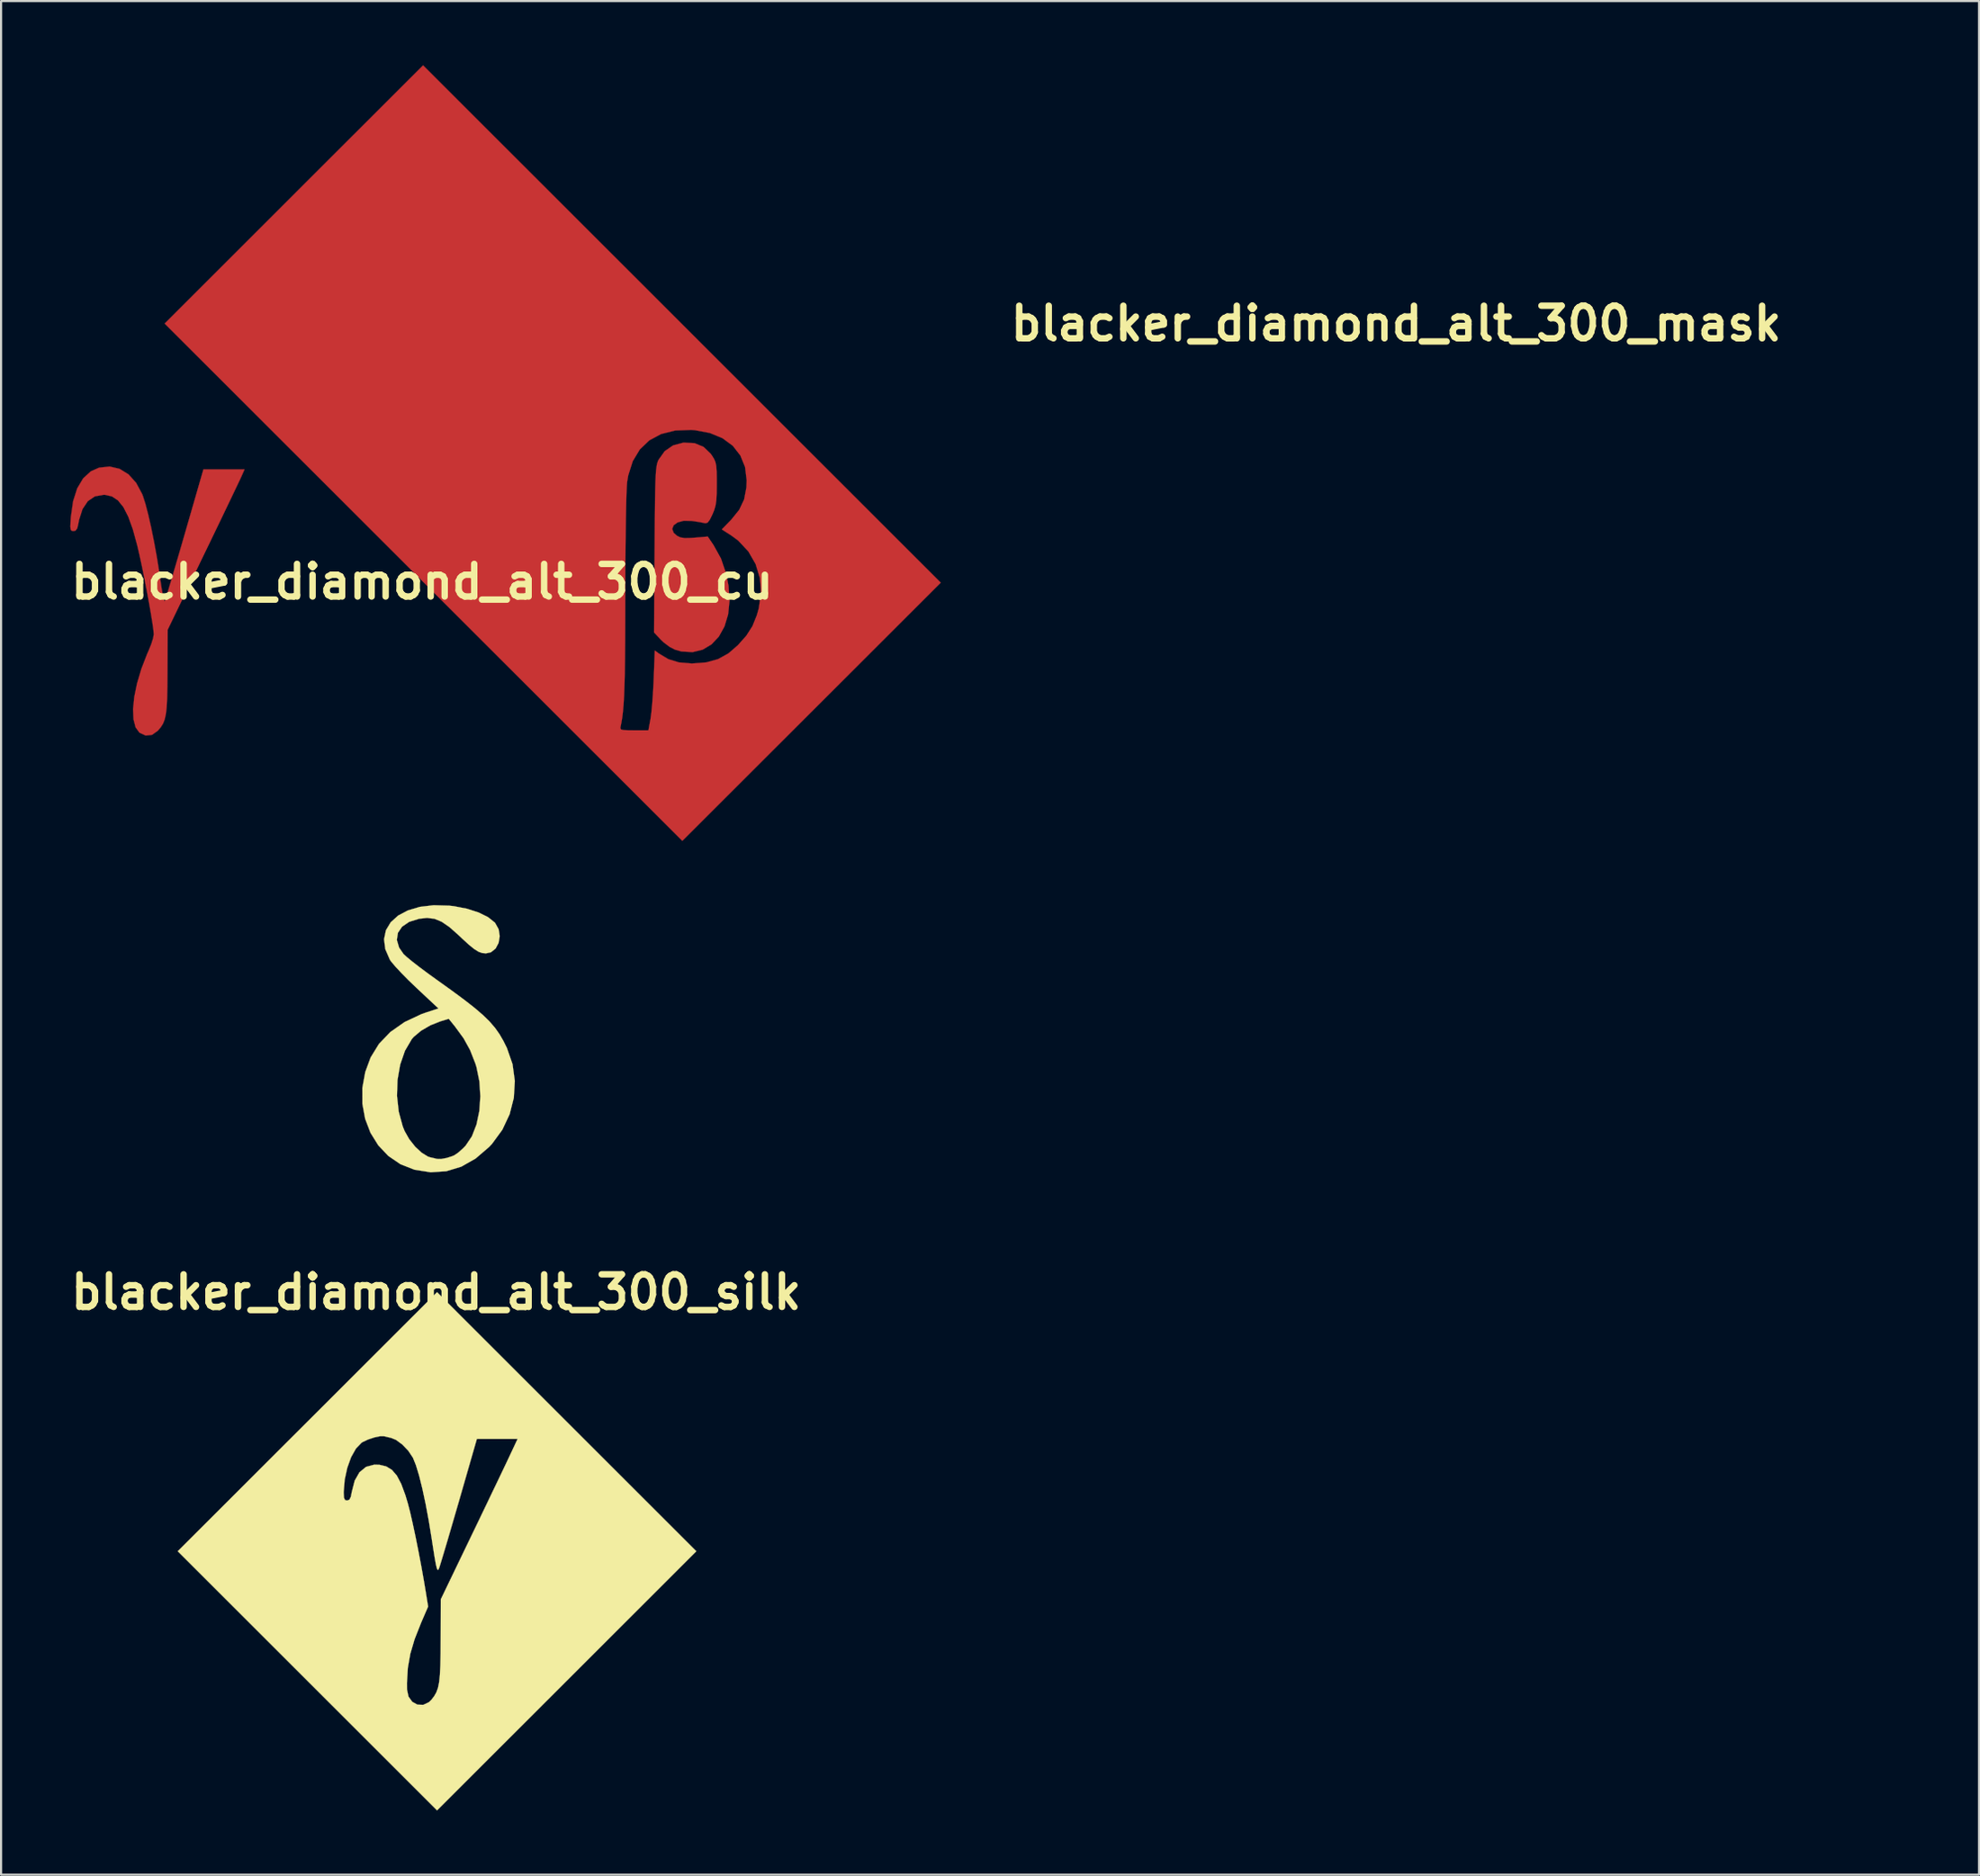
<source format=kicad_pcb>
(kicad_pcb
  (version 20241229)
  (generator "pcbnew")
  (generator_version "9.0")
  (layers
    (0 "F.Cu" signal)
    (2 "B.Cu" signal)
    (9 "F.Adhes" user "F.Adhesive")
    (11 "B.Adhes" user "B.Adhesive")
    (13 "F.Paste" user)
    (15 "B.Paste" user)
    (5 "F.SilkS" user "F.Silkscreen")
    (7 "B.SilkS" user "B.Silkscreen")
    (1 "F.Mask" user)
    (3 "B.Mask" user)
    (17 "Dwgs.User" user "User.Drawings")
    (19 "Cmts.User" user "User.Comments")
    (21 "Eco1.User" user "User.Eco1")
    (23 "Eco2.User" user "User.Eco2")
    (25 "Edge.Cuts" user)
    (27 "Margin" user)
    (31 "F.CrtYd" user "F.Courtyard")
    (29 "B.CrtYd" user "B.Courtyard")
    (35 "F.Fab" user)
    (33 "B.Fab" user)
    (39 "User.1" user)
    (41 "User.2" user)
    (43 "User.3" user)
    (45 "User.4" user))
  (footprint "blacker_diamond_alt_300_silk"
    (layer "F.Cu")
    (at 17.316 57.333)
    (property "Reference" "blacker_diamond_alt_300_silk" (at 0 0 0) (layer "F.SilkS") (effects (font (size 1.524 1.524) (thickness 0.3))))
    (attr through_hole)
    (fp_poly (pts (xy 6.096 6.054) (xy 12.149 12.107) (xy 6.096 18.161) (xy 0.042 24.215) (xy -6.011 18.161) (xy -12.065 12.107) (xy -9.329 9.371) (xy -4.318 9.371) (xy -4.305 9.605) (xy -4.254 9.713) (xy -4.158 9.737) (xy -4.052 9.699) (xy -3.983 9.56) (xy -3.939 9.336) (xy -3.803 8.807) (xy -3.58 8.415) (xy -3.273 8.164) (xy -2.887 8.06) (xy -2.648 8.066) (xy -2.332 8.142) (xy -2.066 8.304) (xy -1.837 8.57) (xy -1.632 8.958) (xy -1.437 9.486) (xy -1.322 9.87) (xy -1.218 10.27) (xy -1.097 10.802) (xy -0.963 11.429) (xy -0.826 12.115) (xy -0.691 12.825) (xy -0.567 13.522) (xy -0.485 14.012) (xy -0.376 14.69) (xy -0.705 15.452) (xy -1.005 16.213) (xy -1.207 16.898) (xy -1.323 17.561) (xy -1.364 18.255) (xy -1.362 18.567) (xy -1.29 18.9) (xy -1.116 19.141) (xy -0.876 19.274) (xy -0.604 19.285) (xy -0.337 19.159) (xy -0.222 19.047) (xy -0.092 18.878) (xy 0.009 18.7) (xy 0.085 18.491) (xy 0.139 18.227) (xy 0.175 17.884) (xy 0.197 17.44) (xy 0.208 16.87) (xy 0.212 16.256) (xy 0.218 14.351) (xy 1.644 11.388) (xy 1.979 10.692) (xy 2.305 10.013) (xy 2.612 9.371) (xy 2.89 8.792) (xy 3.127 8.296) (xy 3.312 7.906) (xy 3.435 7.646) (xy 3.437 7.641) (xy 3.804 6.858) (xy 1.901 6.858) (xy 1.066 9.758) (xy 0.868 10.439) (xy 0.682 11.078) (xy 0.514 11.652) (xy 0.368 12.143) (xy 0.252 12.53) (xy 0.171 12.791) (xy 0.134 12.901) (xy 0.098 12.97) (xy 0.064 12.971) (xy 0.028 12.887) (xy -0.016 12.699) (xy -0.071 12.391) (xy -0.142 11.944) (xy -0.201 11.56) (xy -0.342 10.694) (xy -0.491 9.892) (xy -0.645 9.174) (xy -0.798 8.562) (xy -0.946 8.077) (xy -1.083 7.739) (xy -1.084 7.736) (xy -1.3 7.411) (xy -1.58 7.118) (xy -1.877 6.9) (xy -2.097 6.81) (xy -2.303 6.762) (xy -2.424 6.731) (xy -2.611 6.729) (xy -2.885 6.786) (xy -3.179 6.883) (xy -3.43 7.001) (xy -3.486 7.038) (xy -3.746 7.309) (xy -3.972 7.711) (xy -4.151 8.207) (xy -4.271 8.76) (xy -4.318 9.332) (xy -4.318 9.371) (xy -9.329 9.371) (xy 0.043 -0.000149) (xy 6.096 6.054)) (stroke (width 0.01) (type solid)) (fill yes) (layer "F.SilkS"))
    (fp_poly (pts (xy 0.609 -18.061) (xy 0.83 -18.036) (xy 1.436 -17.919) (xy 1.978 -17.745) (xy 2.422 -17.526) (xy 2.734 -17.276) (xy 2.755 -17.252) (xy 2.918 -16.959) (xy 2.968 -16.636) (xy 2.916 -16.323) (xy 2.776 -16.059) (xy 2.557 -15.884) (xy 2.327 -15.833) (xy 2.152 -15.849) (xy 1.978 -15.91) (xy 1.779 -16.035) (xy 1.527 -16.239) (xy 1.195 -16.543) (xy 1.054 -16.677) (xy 0.627 -17.057) (xy 0.261 -17.309) (xy -0.079 -17.45) (xy -0.425 -17.491) (xy -0.793 -17.452) (xy -1.257 -17.307) (xy -1.591 -17.081) (xy -1.786 -16.793) (xy -1.836 -16.461) (xy -1.731 -16.103) (xy -1.525 -15.804) (xy -1.377 -15.666) (xy -1.118 -15.452) (xy -0.774 -15.185) (xy -0.373 -14.886) (xy 0.016 -14.605) (xy 0.729 -14.094) (xy 1.317 -13.659) (xy 1.796 -13.284) (xy 2.182 -12.953) (xy 2.493 -12.649) (xy 2.745 -12.357) (xy 2.955 -12.061) (xy 3.138 -11.744) (xy 3.303 -11.412) (xy 3.566 -10.655) (xy 3.673 -9.87) (xy 3.626 -9.082) (xy 3.43 -8.314) (xy 3.09 -7.59) (xy 2.609 -6.932) (xy 2.469 -6.783) (xy 1.839 -6.243) (xy 1.172 -5.865) (xy 0.471 -5.652) (xy -0.256 -5.603) (xy -1.006 -5.722) (xy -1.014 -5.724) (xy -1.67 -5.982) (xy -2.235 -6.369) (xy -2.703 -6.864) (xy -3.066 -7.449) (xy -3.315 -8.103) (xy -3.444 -8.808) (xy -3.444 -9.173) (xy -1.829 -9.173) (xy -1.748 -8.436) (xy -1.56 -7.745) (xy -1.471 -7.526) (xy -1.256 -7.147) (xy -0.978 -6.797) (xy -0.674 -6.514) (xy -0.381 -6.335) (xy -0.28 -6.303) (xy -0.077 -6.256) (xy 0.042 -6.226) (xy 0.225 -6.222) (xy 0.488 -6.271) (xy 0.756 -6.356) (xy 0.853 -6.399) (xy 1.037 -6.526) (xy 1.261 -6.727) (xy 1.377 -6.847) (xy 1.67 -7.283) (xy 1.885 -7.836) (xy 2.018 -8.471) (xy 2.065 -9.154) (xy 2.021 -9.848) (xy 1.884 -10.519) (xy 1.83 -10.691) (xy 1.585 -11.315) (xy 1.284 -11.861) (xy 0.884 -12.41) (xy 0.876 -12.42) (xy 0.589 -12.775) (xy 0.211 -12.662) (xy -0.267 -12.473) (xy -0.705 -12.218) (xy -1.048 -11.93) (xy -1.138 -11.826) (xy -1.457 -11.281) (xy -1.68 -10.633) (xy -1.805 -9.917) (xy -1.829 -9.173) (xy -3.444 -9.173) (xy -3.445 -9.543) (xy -3.309 -10.289) (xy -3.058 -10.97) (xy -2.669 -11.603) (xy -2.138 -12.157) (xy -1.475 -12.622) (xy -0.691 -12.991) (xy -0.433 -13.082) (xy 0.108 -13.258) (xy -0.927 -14.228) (xy -1.291 -14.578) (xy -1.624 -14.916) (xy -1.9 -15.213) (xy -2.094 -15.442) (xy -2.16 -15.536) (xy -2.374 -16.03) (xy -2.432 -16.492) (xy -2.344 -16.914) (xy -2.121 -17.285) (xy -1.776 -17.597) (xy -1.319 -17.84) (xy -0.762 -18.005) (xy -0.115 -18.081) (xy 0.609 -18.061)) (stroke (width 0.01) (type solid)) (fill yes) (layer "F.SilkS")))
  (footprint "blacker_diamond_alt_300_cu"
    (layer "F.Cu")
    (at 16.662 24.135)
    (property "Reference" "blacker_diamond_alt_300_cu" (at 0 0 0) (layer "F.SilkS") (effects (font (size 1.524 1.524) (thickness 0.3))))
    (attr through_hole)
    (fp_poly (pts (xy 12.727 -6.474) (xy 13.142 -6.301) (xy 13.476 -5.979) (xy 13.533 -5.898) (xy 13.631 -5.74) (xy 13.695 -5.59) (xy 13.733 -5.408) (xy 13.752 -5.154) (xy 13.758 -4.789) (xy 13.758 -4.578) (xy 13.754 -4.13) (xy 13.736 -3.804) (xy 13.699 -3.558) (xy 13.636 -3.343) (xy 13.555 -3.147) (xy 13.428 -2.891) (xy 13.329 -2.764) (xy 13.227 -2.735) (xy 13.174 -2.745) (xy 12.988 -2.783) (xy 12.712 -2.827) (xy 12.554 -2.847) (xy 12.203 -2.849) (xy 11.927 -2.773) (xy 11.745 -2.64) (xy 11.677 -2.472) (xy 11.743 -2.289) (xy 11.899 -2.149) (xy 12.056 -2.073) (xy 12.258 -2.041) (xy 12.555 -2.047) (xy 12.726 -2.059) (xy 13.338 -2.111) (xy 13.607 -1.712) (xy 13.954 -1.085) (xy 14.193 -0.382) (xy 14.304 0.18) (xy 14.353 0.884) (xy 14.288 1.524) (xy 14.118 2.086) (xy 13.857 2.558) (xy 13.514 2.924) (xy 13.101 3.172) (xy 12.63 3.288) (xy 12.112 3.258) (xy 11.811 3.175) (xy 11.552 3.04) (xy 11.275 2.831) (xy 11.151 2.712) (xy 10.829 2.369) (xy 10.855 -1.504) (xy 10.861 -2.42) (xy 10.867 -3.182) (xy 10.875 -3.807) (xy 10.884 -4.309) (xy 10.895 -4.704) (xy 10.909 -5.008) (xy 10.927 -5.237) (xy 10.949 -5.407) (xy 10.976 -5.532) (xy 11.008 -5.629) (xy 11.04 -5.699) (xy 11.326 -6.101) (xy 11.715 -6.37) (xy 12.193 -6.498) (xy 12.229 -6.501) (xy 12.727 -6.474)) (stroke (width 0.01) (type solid)) (fill yes) (layer "F.Cu"))
    (fp_poly (pts (xy 24.215 0.043) (xy 18.182 6.075) (xy 12.149 12.107) (xy 6.889 6.847) (xy 9.255 6.847) (xy 9.291 6.904) (xy 9.406 6.932) (xy 9.635 6.942) (xy 9.895 6.943) (xy 10.565 6.943) (xy 10.663 6.413) (xy 10.701 6.138) (xy 10.74 5.74) (xy 10.775 5.263) (xy 10.803 4.755) (xy 10.812 4.549) (xy 10.863 3.214) (xy 11.041 3.345) (xy 11.499 3.619) (xy 11.994 3.771) (xy 12.578 3.819) (xy 12.612 3.819) (xy 13.268 3.769) (xy 13.819 3.616) (xy 14.306 3.345) (xy 14.746 2.963) (xy 15.142 2.515) (xy 15.423 2.073) (xy 15.627 1.569) (xy 15.718 1.249) (xy 15.823 0.528) (xy 15.771 -0.17) (xy 15.572 -0.826) (xy 15.233 -1.416) (xy 14.762 -1.921) (xy 14.429 -2.167) (xy 13.993 -2.446) (xy 14.434 -2.901) (xy 14.804 -3.359) (xy 15.034 -3.844) (xy 15.141 -4.4) (xy 15.155 -4.735) (xy 15.079 -5.359) (xy 14.859 -5.901) (xy 14.506 -6.353) (xy 14.028 -6.707) (xy 13.436 -6.953) (xy 12.738 -7.083) (xy 12.565 -7.096) (xy 11.813 -7.068) (xy 11.159 -6.905) (xy 10.608 -6.609) (xy 10.165 -6.185) (xy 9.835 -5.637) (xy 9.623 -4.969) (xy 9.57 -4.656) (xy 9.555 -4.452) (xy 9.54 -4.097) (xy 9.526 -3.608) (xy 9.514 -3.004) (xy 9.504 -2.303) (xy 9.495 -1.522) (xy 9.489 -0.679) (xy 9.485 0.207) (xy 9.485 0.72) (xy 9.483 1.828) (xy 9.479 2.781) (xy 9.472 3.594) (xy 9.462 4.283) (xy 9.447 4.86) (xy 9.429 5.342) (xy 9.405 5.742) (xy 9.376 6.076) (xy 9.342 6.358) (xy 9.3 6.602) (xy 9.269 6.752) (xy 9.255 6.847) (xy 6.889 6.847) (xy -12.023 -12.065) (xy -5.99 -18.098) (xy 0.043 -24.13) (xy 24.215 0.043)) (stroke (width 0.01) (type solid)) (fill yes) (layer "F.Cu"))
    (fp_poly (pts (xy -14.13 -5.276) (xy -13.714 -5.019) (xy -13.357 -4.623) (xy -13.074 -4.097) (xy -13.042 -4.015) (xy -12.924 -3.646) (xy -12.793 -3.143) (xy -12.655 -2.538) (xy -12.519 -1.865) (xy -12.39 -1.156) (xy -12.276 -0.447) (xy -12.227 -0.104) (xy -12.168 0.297) (xy -12.11 0.619) (xy -12.061 0.835) (xy -12.024 0.917) (xy -12.017 0.912) (xy -11.981 0.809) (xy -11.904 0.561) (xy -11.792 0.188) (xy -11.65 -0.291) (xy -11.483 -0.858) (xy -11.297 -1.495) (xy -11.098 -2.182) (xy -11.086 -2.223) (xy -10.213 -5.249) (xy -8.295 -5.249) (xy -8.415 -4.974) (xy -8.476 -4.842) (xy -8.602 -4.575) (xy -8.786 -4.188) (xy -9.02 -3.7) (xy -9.295 -3.125) (xy -9.604 -2.483) (xy -9.938 -1.788) (xy -10.209 -1.228) (xy -11.883 2.244) (xy -11.891 4.191) (xy -11.896 4.885) (xy -11.908 5.433) (xy -11.93 5.859) (xy -11.967 6.184) (xy -12.022 6.432) (xy -12.098 6.627) (xy -12.2 6.791) (xy -12.332 6.948) (xy -12.346 6.964) (xy -12.616 7.154) (xy -12.909 7.185) (xy -13.193 7.056) (xy -13.203 7.048) (xy -13.381 6.801) (xy -13.478 6.426) (xy -13.498 5.946) (xy -13.442 5.38) (xy -13.312 4.75) (xy -13.112 4.076) (xy -12.843 3.379) (xy -12.775 3.227) (xy -12.65 2.918) (xy -12.562 2.638) (xy -12.531 2.455) (xy -12.548 2.254) (xy -12.595 1.918) (xy -12.667 1.477) (xy -12.757 0.961) (xy -12.862 0.401) (xy -12.973 -0.174) (xy -13.087 -0.733) (xy -13.198 -1.247) (xy -13.299 -1.683) (xy -13.303 -1.7) (xy -13.509 -2.451) (xy -13.723 -3.044) (xy -13.952 -3.491) (xy -14.204 -3.802) (xy -14.486 -3.988) (xy -14.805 -4.062) (xy -14.876 -4.064) (xy -15.284 -3.989) (xy -15.612 -3.766) (xy -15.859 -3.396) (xy -16.023 -2.883) (xy -16.051 -2.727) (xy -16.106 -2.493) (xy -16.189 -2.388) (xy -16.279 -2.371) (xy -16.364 -2.382) (xy -16.411 -2.44) (xy -16.426 -2.578) (xy -16.415 -2.832) (xy -16.402 -3.027) (xy -16.298 -3.759) (xy -16.106 -4.363) (xy -15.827 -4.832) (xy -15.466 -5.162) (xy -15.082 -5.331) (xy -14.591 -5.383) (xy -14.13 -5.276)) (stroke (width 0.01) (type solid)) (fill yes) (layer "F.Cu")))
  (footprint "blacker_diamond_alt_300_mask"
    (layer "F.Cu")
    (at 62.141 12.07)
    (property "Reference" "blacker_diamond_alt_300_mask" (at 0 0 0) (layer "F.SilkS") (effects (font (size 1.524 1.524) (thickness 0.3))))
    (attr through_hole)
    (fp_poly (pts (xy 18.161 -6.011) (xy 24.215 0.043) (xy 18.182 6.075) (xy 12.149 12.107) (xy 6.096 6.054) (xy 0.043 -0.000148) (xy 12.107 -12.065) (xy 18.161 -6.011)) (stroke (width 0.01) (type solid)) (fill yes) (layer "F.Mask"))
    (fp_poly (pts (xy -14.531 -5.377) (xy -14.381 -5.338) (xy -14.204 -5.298) (xy -13.928 -5.173) (xy -13.63 -4.937) (xy -13.358 -4.634) (xy -13.192 -4.371) (xy -13.055 -4.034) (xy -12.907 -3.55) (xy -12.754 -2.939) (xy -12.6 -2.222) (xy -12.45 -1.421) (xy -12.309 -0.555) (xy -12.308 -0.547) (xy -12.224 0.002) (xy -12.159 0.401) (xy -12.108 0.667) (xy -12.067 0.818) (xy -12.032 0.872) (xy -11.997 0.847) (xy -11.973 0.794) (xy -11.928 0.658) (xy -11.842 0.379) (xy -11.722 -0.023) (xy -11.573 -0.525) (xy -11.402 -1.109) (xy -11.214 -1.755) (xy -11.042 -2.349) (xy -10.206 -5.249) (xy -8.303 -5.249) (xy -8.67 -4.466) (xy -8.791 -4.21) (xy -8.975 -3.824) (xy -9.21 -3.33) (xy -9.487 -2.752) (xy -9.794 -2.112) (xy -10.12 -1.434) (xy -10.454 -0.738) (xy -10.463 -0.72) (xy -11.889 2.244) (xy -11.895 4.149) (xy -11.9 4.846) (xy -11.912 5.398) (xy -11.936 5.828) (xy -11.974 6.159) (xy -12.031 6.414) (xy -12.11 6.618) (xy -12.215 6.793) (xy -12.33 6.94) (xy -12.592 7.148) (xy -12.875 7.193) (xy -13.156 7.074) (xy -13.254 6.989) (xy -13.429 6.711) (xy -13.47 6.46) (xy -13.456 5.737) (xy -13.373 5.067) (xy -13.208 4.398) (xy -12.95 3.675) (xy -12.812 3.344) (xy -12.483 2.582) (xy -12.592 1.905) (xy -12.704 1.241) (xy -12.832 0.537) (xy -12.968 -0.17) (xy -13.105 -0.844) (xy -13.236 -1.45) (xy -13.354 -1.952) (xy -13.429 -2.237) (xy -13.624 -2.856) (xy -13.822 -3.325) (xy -14.035 -3.66) (xy -14.277 -3.881) (xy -14.562 -4.006) (xy -14.755 -4.041) (xy -15.182 -4.017) (xy -15.532 -3.845) (xy -15.801 -3.529) (xy -15.984 -3.072) (xy -16.046 -2.771) (xy -16.099 -2.518) (xy -16.172 -2.397) (xy -16.266 -2.371) (xy -16.368 -2.4) (xy -16.415 -2.517) (xy -16.425 -2.736) (xy -16.384 -3.308) (xy -16.269 -3.864) (xy -16.093 -4.365) (xy -15.87 -4.774) (xy -15.612 -5.056) (xy -15.594 -5.069) (xy -15.369 -5.19) (xy -15.081 -5.295) (xy -14.794 -5.366) (xy -14.574 -5.384) (xy -14.531 -5.377)) (stroke (width 0.01) (type solid)) (fill yes) (layer "F.Mask")))
  (gr_rect
    (start -3 -3)
    (end 89.361 84.553)
    (stroke (width 0.1) (type default))
    (fill no)
    (layer "Edge.Cuts")))
</source>
